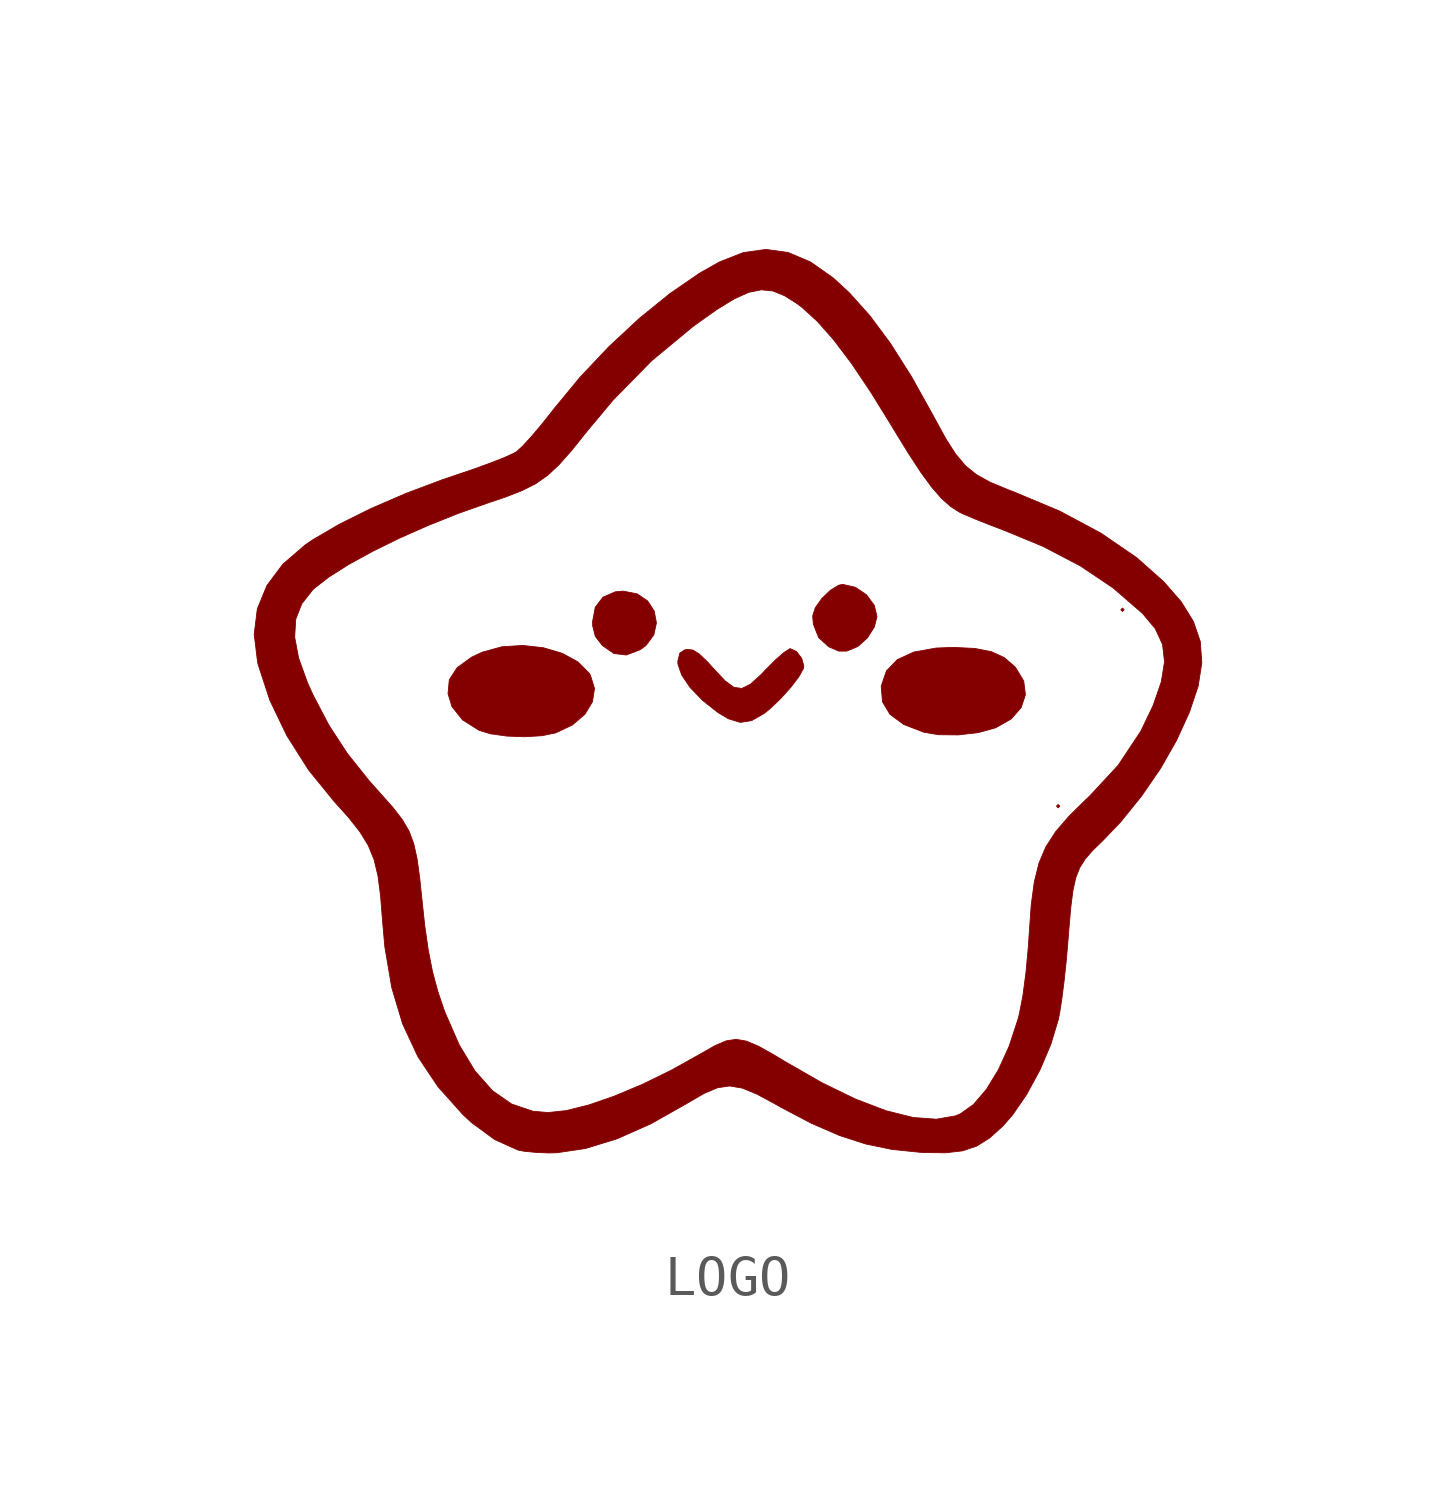
<source format=kicad_sym>
(kicad_symbol_lib
  (version 20210619)
  (generator bitmap2component)
  (symbol "LOGO"
    (pin_names
      (offset 1.016))
    (property "Reference" "#G"
      (at 0 20.602 0)
      (effects (font (size 1.27 1.27)) hide))
    (symbol "LOGO_0_0"
      (polyline (pts (xy -4.296 -19.442) (xy -3.575 -19.335) (xy -2.781 -19.091) (xy -1.929 -18.712) (xy -1.032 -18.205) (xy -1.009 -18.191) (xy -0.597 -17.952) (xy -0.26 -17.81) (xy 0.045 -17.766) (xy 0.36 -17.82) (xy 0.728 -17.972) (xy 1.192 -18.223) (xy 1.318 -18.295) (xy 2.093 -18.703) (xy 2.791 -19.007) (xy 3.452 -19.221) (xy 4.115 -19.358) (xy 4.819 -19.43) (xy 4.911 -19.435) (xy 5.455 -19.443) (xy 5.883 -19.394) (xy 6.236 -19.276) (xy 6.559 -19.074) (xy 6.892 -18.775) (xy 7.142 -18.49) (xy 7.499 -17.968) (xy 7.827 -17.362) (xy 8.099 -16.722) (xy 8.288 -16.098) (xy 8.318 -15.947) (xy 8.376 -15.577) (xy 8.435 -15.109) (xy 8.49 -14.586) (xy 8.535 -14.054) (xy 8.554 -13.805) (xy 8.602 -13.267) (xy 8.655 -12.855) (xy 8.726 -12.539) (xy 8.825 -12.288) (xy 8.962 -12.071) (xy 9.149 -11.857) (xy 9.397 -11.616) (xy 9.847 -11.147) (xy 10.373 -10.496) (xy 10.857 -9.791) (xy 11.254 -9.093) (xy 11.576 -8.389) (xy 11.796 -7.732) (xy 11.887 -7.147) (xy 11.848 -6.615) (xy 11.676 -6.113) (xy 11.371 -5.62) (xy 10.931 -5.115) (xy 10.252 -4.512) (xy 9.361 -3.901) (xy 8.327 -3.347) (xy 7.161 -2.858) (xy 7.015 -2.803) (xy 6.578 -2.621) (xy 6.237 -2.433) (xy 5.959 -2.208) (xy 5.713 -1.917) (xy 5.465 -1.53) (xy 5.184 -1.016) (xy 5.15 -0.952) (xy 4.601 0.033) (xy 4.072 0.866) (xy 3.555 1.562) (xy 3.039 2.137) (xy 2.638 2.506) (xy 2.069 2.906) (xy 1.511 3.143) (xy 0.952 3.221) (xy 0.381 3.141) (xy -0.213 2.907) (xy -0.709 2.627) (xy -1.457 2.113) (xy -2.227 1.488) (xy -2.989 0.779) (xy -3.715 0.011) (xy -4.375 -0.791) (xy -4.401 -0.825) (xy -4.679 -1.175) (xy -4.942 -1.485) (xy -5.161 -1.723) (xy -5.309 -1.857) (xy -5.377 -1.895) (xy -5.614 -2.002) (xy -5.961 -2.139) (xy -6.382 -2.292) (xy -6.843 -2.448) (xy -7.163 -2.556) (xy -8.079 -2.9) (xy -8.955 -3.279) (xy -9.749 -3.673) (xy -10.418 -4.064) (xy -10.6 -4.188) (xy -11.165 -4.673) (xy -11.567 -5.21) (xy -11.808 -5.797) (xy -11.887 -6.435) (xy -11.878 -6.506) (xy -10.871 -6.506) (xy -10.845 -6.059) (xy -10.694 -5.67) (xy -10.421 -5.323) (xy -10.367 -5.272) (xy -10.007 -4.993) (xy -9.516 -4.683) (xy -8.92 -4.356) (xy -8.247 -4.025) (xy -7.522 -3.704) (xy -6.774 -3.405) (xy -6.029 -3.142) (xy -5.599 -2.997) (xy -5.17 -2.831) (xy -4.824 -2.656) (xy -4.524 -2.446) (xy -4.234 -2.174) (xy -3.917 -1.816) (xy -3.54 -1.344) (xy -2.881 -0.555) (xy -1.917 0.427) (xy -0.892 1.276) (xy -0.811 1.336) (xy -0.279 1.714) (xy 0.157 1.981) (xy 0.52 2.144) (xy 0.836 2.208) (xy 1.127 2.178) (xy 1.419 2.06) (xy 1.736 1.859) (xy 1.858 1.766) (xy 2.243 1.415) (xy 2.653 0.951) (xy 3.098 0.361) (xy 3.586 -0.365) (xy 4.125 -1.238) (xy 4.14 -1.264) (xy 4.521 -1.886) (xy 4.842 -2.376) (xy 5.117 -2.751) (xy 5.36 -3.03) (xy 5.588 -3.231) (xy 5.813 -3.374) (xy 5.942 -3.434) (xy 6.216 -3.549) (xy 6.57 -3.69) (xy 6.96 -3.839) (xy 7.898 -4.227) (xy 8.838 -4.718) (xy 9.662 -5.272) (xy 10.395 -5.908) (xy 10.405 -5.917) (xy 10.72 -6.295) (xy 10.902 -6.689) (xy 10.951 -7.124) (xy 10.871 -7.626) (xy 10.666 -8.22) (xy 10.358 -8.863) (xy 9.79 -9.719) (xy 9.075 -10.491) (xy 8.991 -10.569) (xy 8.555 -10.998) (xy 8.221 -11.386) (xy 7.975 -11.767) (xy 7.801 -12.177) (xy 7.684 -12.651) (xy 7.607 -13.224) (xy 7.557 -13.932) (xy 7.537 -14.243) (xy 7.476 -14.913) (xy 7.398 -15.502) (xy 7.308 -15.965) (xy 7.268 -16.116) (xy 7.053 -16.768) (xy 6.786 -17.355) (xy 6.483 -17.852) (xy 6.158 -18.231) (xy 5.828 -18.466) (xy 5.705 -18.517) (xy 5.227 -18.6) (xy 4.646 -18.557) (xy 3.968 -18.388) (xy 3.201 -18.096) (xy 2.35 -17.682) (xy 1.42 -17.148) (xy 1.16 -16.991) (xy 0.769 -16.771) (xy 0.462 -16.641) (xy 0.203 -16.596) (xy -0.044 -16.634) (xy -0.318 -16.75) (xy -0.654 -16.941) (xy -0.7 -16.969) (xy -1.427 -17.373) (xy -2.153 -17.728) (xy -2.852 -18.021) (xy -3.497 -18.244) (xy -4.06 -18.384) (xy -4.515 -18.433) (xy -4.898 -18.399) (xy -5.427 -18.22) (xy -5.908 -17.886) (xy -6.345 -17.394) (xy -6.74 -16.742) (xy -7.097 -15.927) (xy -7.121 -15.863) (xy -7.284 -15.381) (xy -7.414 -14.894) (xy -7.519 -14.361) (xy -7.608 -13.742) (xy -7.688 -12.994) (xy -7.735 -12.539) (xy -7.801 -12.061) (xy -7.885 -11.685) (xy -8.002 -11.373) (xy -8.17 -11.086) (xy -8.401 -10.787) (xy -8.713 -10.436) (xy -9 -10.114) (xy -9.553 -9.421) (xy -10.01 -8.72) (xy -10.411 -7.955) (xy -10.552 -7.643) (xy -10.773 -7.029) (xy -10.871 -6.506) (xy -11.878 -6.506) (xy -11.803 -7.124) (xy -11.785 -7.2) (xy -11.495 -8.087) (xy -11.066 -8.98) (xy -10.521 -9.839) (xy -9.883 -10.624) (xy -9.522 -11.026) (xy -9.234 -11.39) (xy -9.025 -11.731) (xy -8.879 -12.087) (xy -8.781 -12.497) (xy -8.716 -12.999) (xy -8.666 -13.633) (xy -8.61 -14.271) (xy -8.436 -15.297) (xy -8.162 -16.211) (xy -7.778 -17.033) (xy -7.276 -17.785) (xy -6.647 -18.487) (xy -6.439 -18.681) (xy -5.854 -19.111) (xy -5.267 -19.374) (xy -5.112 -19.404) (xy -4.827 -19.432) (xy -4.502 -19.446) (xy -4.296 -19.442)) (stroke (width 0.01)) (fill (type outline)))
      (polyline (pts (xy 8.325 -10.746) (xy 8.283 -10.704) (xy 8.24 -10.746) (xy 8.283 -10.789) (xy 8.325 -10.746)) (stroke (width 0.01)) (fill (type outline)))
      (polyline (pts (xy -4.668 -8.979) (xy -4.324 -8.908) (xy -3.903 -8.709) (xy -3.589 -8.44) (xy -3.4 -8.127) (xy -3.349 -7.792) (xy -3.452 -7.461) (xy -3.483 -7.41) (xy -3.764 -7.127) (xy -4.161 -6.911) (xy -4.636 -6.771) (xy -5.153 -6.714) (xy -5.674 -6.748) (xy -6.161 -6.882) (xy -6.433 -7.009) (xy -6.795 -7.272) (xy -6.992 -7.577) (xy -7.024 -7.926) (xy -6.924 -8.251) (xy -6.66 -8.582) (xy -6.244 -8.844) (xy -5.96 -8.931) (xy -5.551 -8.988) (xy -5.099 -9.005) (xy -4.668 -8.979)) (stroke (width 0.01)) (fill (type outline)))
      (polyline (pts (xy 6.284 -8.9) (xy 6.717 -8.78) (xy 7.103 -8.56) (xy 7.354 -8.275) (xy 7.462 -7.95) (xy 7.419 -7.607) (xy 7.216 -7.271) (xy 7.197 -7.249) (xy 6.933 -7.021) (xy 6.611 -6.872) (xy 6.194 -6.79) (xy 5.649 -6.763) (xy 5.218 -6.78) (xy 4.661 -6.88) (xy 4.246 -7.071) (xy 3.975 -7.353) (xy 3.847 -7.724) (xy 3.844 -7.751) (xy 3.876 -8.129) (xy 4.065 -8.444) (xy 4.41 -8.698) (xy 4.914 -8.892) (xy 5.281 -8.954) (xy 5.779 -8.959) (xy 6.284 -8.9)) (stroke (width 0.01)) (fill (type outline)))
      (polyline (pts (xy 0.594 -8.6) (xy 0.909 -8.419) (xy 1.051 -8.305) (xy 1.315 -8.054) (xy 1.57 -7.771) (xy 1.776 -7.502) (xy 1.892 -7.294) (xy 1.902 -7.225) (xy 1.847 -7.035) (xy 1.719 -6.868) (xy 1.566 -6.796) (xy 1.543 -6.801) (xy 1.405 -6.891) (xy 1.2 -7.069) (xy 0.963 -7.306) (xy 0.832 -7.443) (xy 0.565 -7.686) (xy 0.349 -7.793) (xy 0.148 -7.766) (xy -0.074 -7.602) (xy -0.356 -7.302) (xy -0.522 -7.119) (xy -0.727 -6.924) (xy -0.882 -6.83) (xy -1.019 -6.814) (xy -1.085 -6.825) (xy -1.208 -6.907) (xy -1.258 -7.104) (xy -1.257 -7.179) (xy -1.163 -7.454) (xy -0.95 -7.769) (xy -0.639 -8.092) (xy -0.255 -8.395) (xy 0.005 -8.552) (xy 0.308 -8.645) (xy 0.594 -8.6)) (stroke (width 0.01)) (fill (type outline)))
      (polyline (pts (xy -2.208 -6.824) (xy -2.058 -6.715) (xy -1.861 -6.449) (xy -1.796 -6.15) (xy -1.85 -5.855) (xy -2.014 -5.6) (xy -2.278 -5.42) (xy -2.631 -5.352) (xy -2.825 -5.369) (xy -3.135 -5.502) (xy -3.33 -5.756) (xy -3.398 -6.119) (xy -3.394 -6.227) (xy -3.329 -6.486) (xy -3.15 -6.718) (xy -2.862 -6.917) (xy -2.55 -6.954) (xy -2.208 -6.824)) (stroke (width 0.01)) (fill (type outline)))
      (polyline (pts (xy 3.231 -6.752) (xy 3.276 -6.726) (xy 3.501 -6.521) (xy 3.671 -6.251) (xy 3.738 -5.989) (xy 3.671 -5.711) (xy 3.476 -5.445) (xy 3.196 -5.255) (xy 2.876 -5.182) (xy 2.775 -5.204) (xy 2.562 -5.336) (xy 2.35 -5.542) (xy 2.188 -5.772) (xy 2.124 -5.975) (xy 2.142 -6.183) (xy 2.275 -6.518) (xy 2.523 -6.745) (xy 2.534 -6.751) (xy 2.778 -6.856) (xy 2.981 -6.856) (xy 3.231 -6.752)) (stroke (width 0.01)) (fill (type outline)))
      (polyline (pts (xy 9.939 -5.819) (xy 9.897 -5.777) (xy 9.854 -5.819) (xy 9.897 -5.862) (xy 9.939 -5.819)) (stroke (width 0.01)) (fill (type outline))))))
</source>
